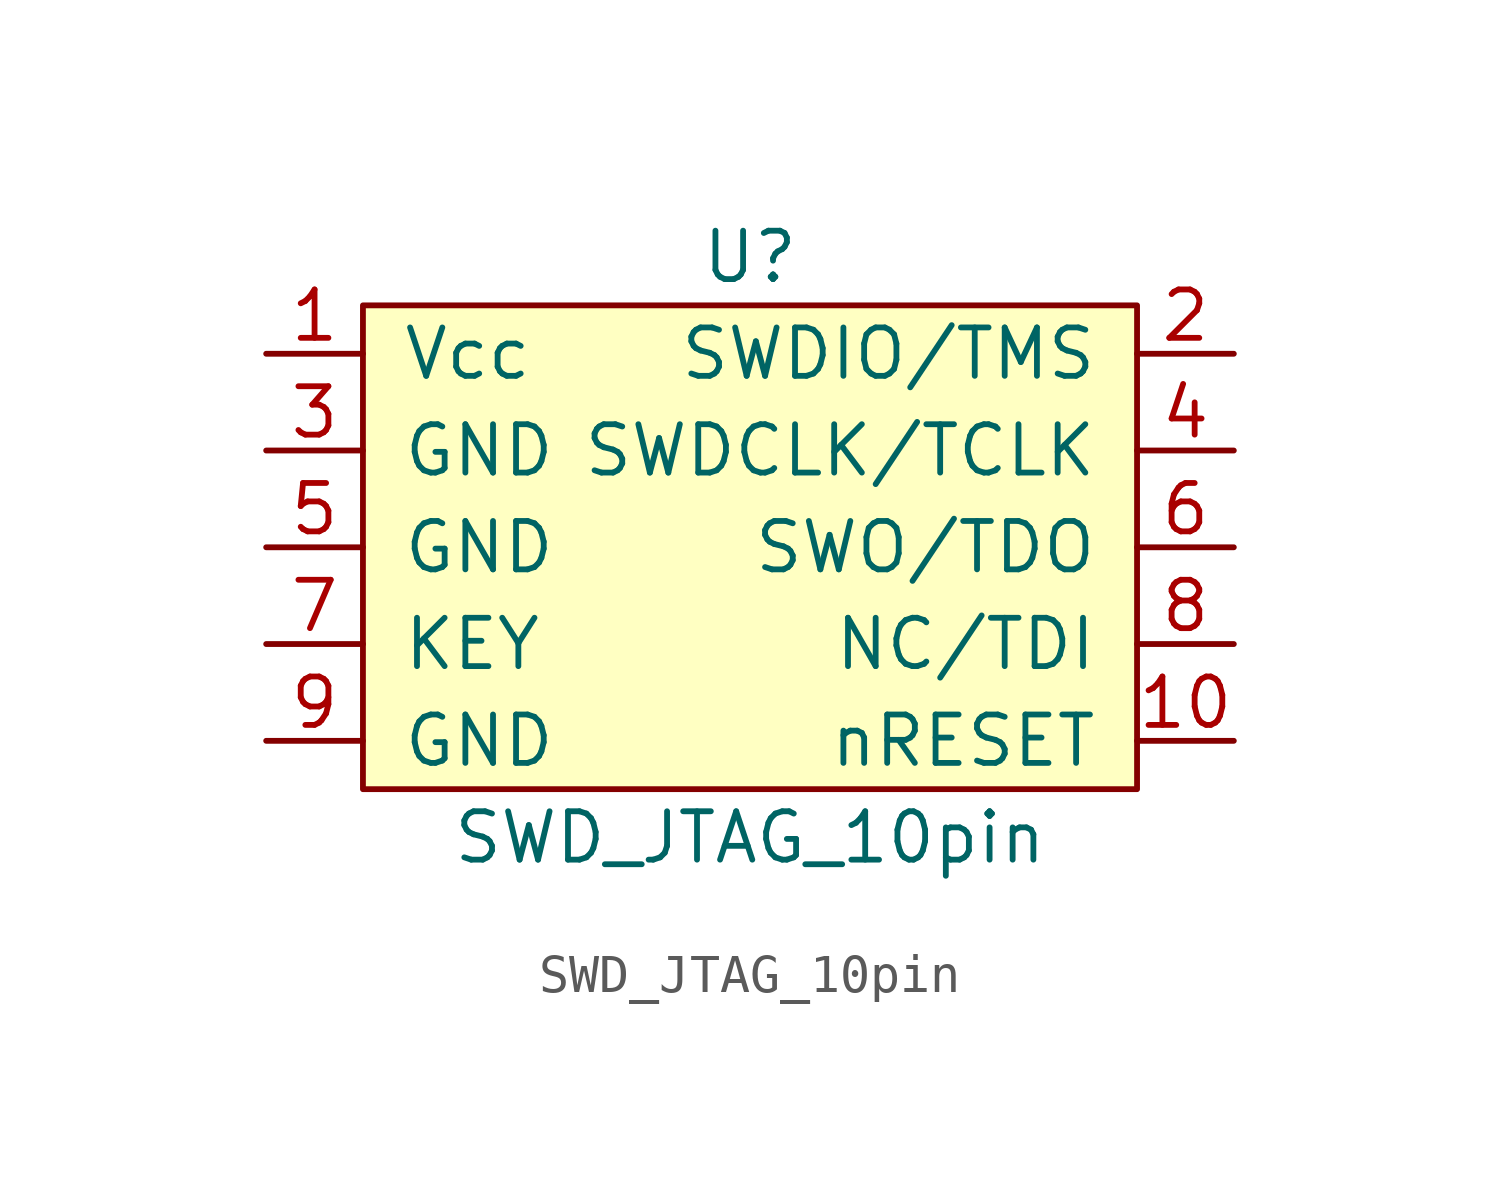
<source format=kicad_sym>
(kicad_symbol_lib
  (version 20211014)
  (generator kicad_symbol_editor)
  (symbol "SWD_JTAG_10pin"
    (pin_names
      (offset 1.016))
    (property "Reference" "U"
      (at 10.16 12.7 0)
      (effects (font (size 1.27 1.27))))
    (property "Value" "SWD_JTAG_10pin"
      (at 10.16 -2.54 0)
      (effects (font (size 1.27 1.27))))
    (symbol "SWD_JTAG_10pin_0_0"
      (pin power_in line (at -2.54 10.16 0) (length 2.54) (name "Vcc" (effects (font (size 1.27 1.27)))) (number "1" (effects (font (size 1.27 1.27)))))
      (pin input line (at 22.86 0 180) (length 2.54) (name "nRESET" (effects (font (size 1.27 1.27)))) (number "10" (effects (font (size 1.27 1.27)))))
      (pin bidirectional line (at 22.86 10.16 180) (length 2.54) (name "SWDIO/TMS" (effects (font (size 1.27 1.27)))) (number "2" (effects (font (size 1.27 1.27)))))
      (pin power_in line (at -2.54 7.62 0) (length 2.54) (name "GND" (effects (font (size 1.27 1.27)))) (number "3" (effects (font (size 1.27 1.27)))))
      (pin input line (at 22.86 7.62 180) (length 2.54) (name "SWDCLK/TCLK" (effects (font (size 1.27 1.27)))) (number "4" (effects (font (size 1.27 1.27)))))
      (pin power_in line (at -2.54 5.08 0) (length 2.54) (name "GND" (effects (font (size 1.27 1.27)))) (number "5" (effects (font (size 1.27 1.27)))))
      (pin output line (at 22.86 5.08 180) (length 2.54) (name "SWO/TDO" (effects (font (size 1.27 1.27)))) (number "6" (effects (font (size 1.27 1.27)))))
      (pin unspecified line (at -2.54 2.54 0) (length 2.54) (name "KEY" (effects (font (size 1.27 1.27)))) (number "7" (effects (font (size 1.27 1.27)))))
      (pin input line (at 22.86 2.54 180) (length 2.54) (name "NC/TDI" (effects (font (size 1.27 1.27)))) (number "8" (effects (font (size 1.27 1.27)))))
      (pin power_in line (at -2.54 0 0) (length 2.54) (name "GND" (effects (font (size 1.27 1.27)))) (number "9" (effects (font (size 1.27 1.27))))))
    (symbol "SWD_JTAG_10pin_0_1"
      (rectangle (start 0 11.43) (end 20.32 -1.27) (stroke (width 0) (type default) (color 0 0 0 0)) (fill (type background))))))
</source>
